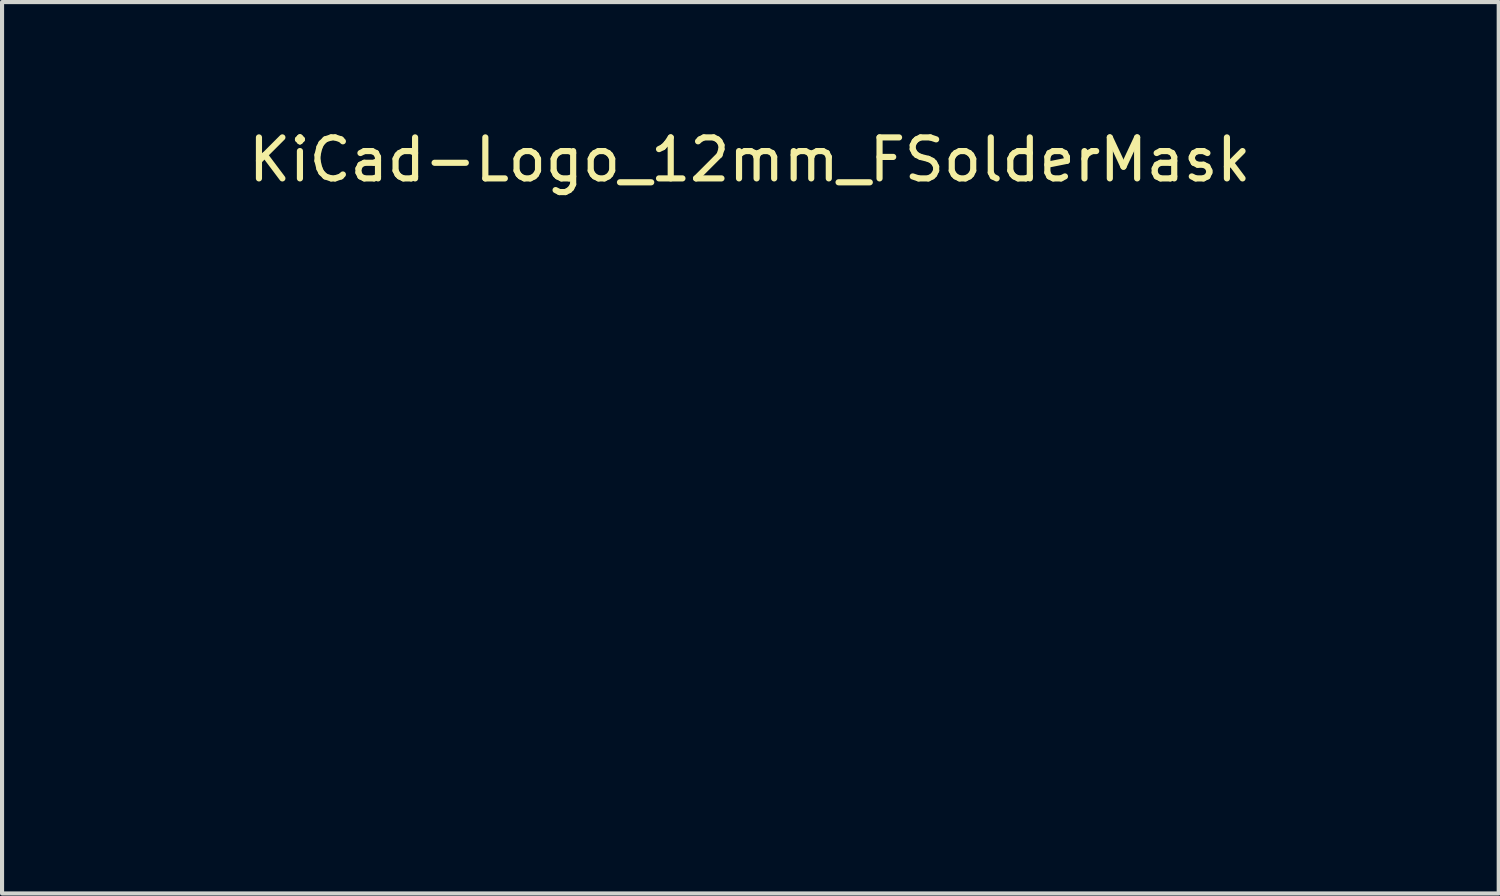
<source format=kicad_pcb>
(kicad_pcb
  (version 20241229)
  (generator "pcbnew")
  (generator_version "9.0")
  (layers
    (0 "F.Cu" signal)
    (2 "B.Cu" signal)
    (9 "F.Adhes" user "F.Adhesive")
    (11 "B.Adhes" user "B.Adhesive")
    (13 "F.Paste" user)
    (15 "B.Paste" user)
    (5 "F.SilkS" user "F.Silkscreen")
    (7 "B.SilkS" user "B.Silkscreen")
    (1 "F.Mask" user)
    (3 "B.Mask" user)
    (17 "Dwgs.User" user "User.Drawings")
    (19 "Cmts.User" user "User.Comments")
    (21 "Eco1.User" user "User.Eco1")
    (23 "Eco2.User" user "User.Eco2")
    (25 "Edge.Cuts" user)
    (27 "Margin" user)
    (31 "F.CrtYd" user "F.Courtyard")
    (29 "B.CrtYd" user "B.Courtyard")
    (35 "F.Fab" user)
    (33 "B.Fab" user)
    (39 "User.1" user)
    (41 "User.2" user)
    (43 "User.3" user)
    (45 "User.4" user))
  (footprint "KiCad-Logo_12mm_FSolderMask"
    (layer "F.Cu")
    (at 15.245 9.738)
    (property "Reference" "KiCad-Logo_12mm_FSolderMask" (at 0 -8.89 0) (layer "F.SilkS") (effects (font (size 1 1) (thickness 0.15))))
    (attr exclude_from_pos_files exclude_from_bom)
    (fp_poly (pts (xy -5.423 -5.895) (xy -5.218 -5.824) (xy -5.027 -5.712) (xy -4.856 -5.559) (xy -4.712 -5.366) (xy -4.648 -5.244) (xy -4.592 -5.073) (xy -4.565 -4.876) (xy -4.568 -4.674) (xy -4.601 -4.49) (xy -4.692 -4.266) (xy -4.824 -4.072) (xy -4.991 -3.911) (xy -5.185 -3.787) (xy -5.399 -3.705) (xy -5.628 -3.667) (xy -5.865 -3.679) (xy -5.981 -3.704) (xy -6.208 -3.792) (xy -6.41 -3.927) (xy -6.582 -4.104) (xy -6.718 -4.319) (xy -6.729 -4.343) (xy -6.769 -4.431) (xy -6.794 -4.505) (xy -6.808 -4.583) (xy -6.813 -4.684) (xy -6.814 -4.793) (xy -6.813 -4.925) (xy -6.806 -5.019) (xy -6.79 -5.096) (xy -6.762 -5.173) (xy -6.728 -5.249) (xy -6.599 -5.464) (xy -6.441 -5.638) (xy -6.259 -5.771) (xy -6.06 -5.863) (xy -5.85 -5.915) (xy -5.636 -5.925) (xy -5.423 -5.895)) (stroke (width 0.01) (type solid)) (fill yes) (layer "F.Mask"))
    (fp_poly (pts (xy 0.875 -3.659) (xy 1.17 -3.627) (xy 1.455 -3.569) (xy 1.743 -3.483) (xy 2.045 -3.365) (xy 2.372 -3.213) (xy 2.431 -3.184) (xy 2.566 -3.117) (xy 2.694 -3.057) (xy 2.801 -3.009) (xy 2.876 -2.98) (xy 2.887 -2.976) (xy 2.997 -2.943) (xy 2.506 -2.23) (xy 2.386 -2.055) (xy 2.277 -1.896) (xy 2.181 -1.757) (xy 2.103 -1.644) (xy 2.047 -1.562) (xy 2.015 -1.517) (xy 2.01 -1.51) (xy 1.99 -1.525) (xy 1.939 -1.57) (xy 1.867 -1.636) (xy 1.827 -1.674) (xy 1.603 -1.852) (xy 1.351 -1.988) (xy 1.133 -2.062) (xy 1.003 -2.086) (xy 0.84 -2.1) (xy 0.663 -2.105) (xy 0.491 -2.1) (xy 0.345 -2.085) (xy 0.286 -2.074) (xy 0.022 -1.983) (xy -0.216 -1.845) (xy -0.427 -1.659) (xy -0.612 -1.425) (xy -0.771 -1.144) (xy -0.902 -0.817) (xy -1.007 -0.443) (xy -1.069 -0.123) (xy -1.085 0.018) (xy -1.096 0.201) (xy -1.102 0.412) (xy -1.103 0.637) (xy -1.1 0.865) (xy -1.091 1.081) (xy -1.078 1.273) (xy -1.06 1.428) (xy -1.056 1.452) (xy -0.972 1.836) (xy -0.857 2.176) (xy -0.71 2.473) (xy -0.531 2.729) (xy -0.404 2.868) (xy -0.176 3.056) (xy 0.073 3.195) (xy 0.341 3.285) (xy 0.623 3.325) (xy 0.913 3.314) (xy 1.209 3.251) (xy 1.384 3.19) (xy 1.626 3.066) (xy 1.876 2.89) (xy 2.016 2.77) (xy 2.094 2.701) (xy 2.156 2.651) (xy 2.191 2.626) (xy 2.195 2.625) (xy 2.211 2.65) (xy 2.252 2.716) (xy 2.314 2.818) (xy 2.394 2.949) (xy 2.488 3.104) (xy 2.594 3.277) (xy 2.653 3.374) (xy 3.103 4.112) (xy 2.541 4.39) (xy 2.338 4.489) (xy 2.174 4.568) (xy 2.038 4.629) (xy 1.921 4.677) (xy 1.812 4.716) (xy 1.701 4.749) (xy 1.579 4.781) (xy 1.461 4.809) (xy 1.357 4.831) (xy 1.248 4.847) (xy 1.123 4.859) (xy 0.972 4.867) (xy 0.783 4.873) (xy 0.655 4.876) (xy 0.474 4.877) (xy 0.3 4.877) (xy 0.144 4.873) (xy 0.02 4.868) (xy -0.063 4.861) (xy -0.068 4.86) (xy -0.497 4.767) (xy -0.9 4.626) (xy -1.276 4.438) (xy -1.626 4.201) (xy -1.95 3.917) (xy -2.247 3.586) (xy -2.462 3.291) (xy -2.691 2.905) (xy -2.876 2.498) (xy -3.018 2.066) (xy -3.118 1.605) (xy -3.176 1.113) (xy -3.195 0.614) (xy -3.18 0.131) (xy -3.132 -0.315) (xy -3.05 -0.731) (xy -2.932 -1.125) (xy -2.777 -1.503) (xy -2.759 -1.543) (xy -2.555 -1.91) (xy -2.305 -2.259) (xy -2.015 -2.583) (xy -1.693 -2.875) (xy -1.346 -3.127) (xy -1.022 -3.312) (xy -0.695 -3.457) (xy -0.368 -3.562) (xy -0.027 -3.63) (xy 0.34 -3.664) (xy 0.56 -3.669) (xy 0.875 -3.659)) (stroke (width 0.01) (type solid)) (fill yes) (layer "F.Mask"))
    (fp_poly (pts (xy 13.611 -4.064) (xy 13.843 -4.063) (xy 13.922 -4.063) (xy 15.008 -4.056) (xy 15.022 0.109) (xy 15.023 0.674) (xy 15.025 1.187) (xy 15.026 1.65) (xy 15.028 2.067) (xy 15.03 2.44) (xy 15.031 2.772) (xy 15.033 3.064) (xy 15.036 3.321) (xy 15.039 3.544) (xy 15.043 3.737) (xy 15.047 3.901) (xy 15.052 4.04) (xy 15.058 4.157) (xy 15.066 4.253) (xy 15.074 4.331) (xy 15.083 4.395) (xy 15.094 4.447) (xy 15.107 4.489) (xy 15.12 4.524) (xy 15.136 4.555) (xy 15.153 4.585) (xy 15.172 4.615) (xy 15.193 4.649) (xy 15.198 4.657) (xy 15.27 4.78) (xy 14.224 4.773) (xy 13.178 4.766) (xy 13.164 4.536) (xy 13.157 4.426) (xy 13.149 4.362) (xy 13.139 4.337) (xy 13.123 4.342) (xy 13.11 4.356) (xy 13.052 4.41) (xy 12.959 4.478) (xy 12.842 4.553) (xy 12.715 4.627) (xy 12.592 4.692) (xy 12.498 4.735) (xy 12.276 4.805) (xy 12.022 4.854) (xy 11.754 4.881) (xy 11.491 4.885) (xy 11.252 4.862) (xy 11.248 4.861) (xy 10.92 4.779) (xy 10.614 4.648) (xy 10.331 4.471) (xy 10.075 4.251) (xy 9.849 3.99) (xy 9.655 3.692) (xy 9.498 3.36) (xy 9.412 3.114) (xy 9.355 2.907) (xy 9.313 2.708) (xy 9.285 2.503) (xy 9.268 2.28) (xy 9.262 2.027) (xy 9.265 1.821) (xy 11.28 1.821) (xy 11.29 2.167) (xy 11.32 2.464) (xy 11.372 2.717) (xy 11.445 2.926) (xy 11.543 3.094) (xy 11.664 3.225) (xy 11.805 3.317) (xy 11.878 3.352) (xy 11.941 3.373) (xy 12.011 3.382) (xy 12.106 3.383) (xy 12.208 3.379) (xy 12.409 3.362) (xy 12.568 3.327) (xy 12.618 3.309) (xy 12.732 3.258) (xy 12.852 3.194) (xy 12.905 3.161) (xy 13.041 3.072) (xy 13.041 0.233) (xy 12.891 0.143) (xy 12.682 0.041) (xy 12.468 -0.019) (xy 12.257 -0.038) (xy 12.057 -0.016) (xy 11.877 0.046) (xy 11.723 0.149) (xy 11.673 0.198) (xy 11.553 0.359) (xy 11.456 0.554) (xy 11.381 0.787) (xy 11.328 1.06) (xy 11.294 1.377) (xy 11.281 1.742) (xy 11.28 1.821) (xy 9.265 1.821) (xy 9.266 1.735) (xy 9.289 1.285) (xy 9.335 0.88) (xy 9.406 0.512) (xy 9.503 0.177) (xy 9.626 -0.132) (xy 9.67 -0.223) (xy 9.848 -0.522) (xy 10.062 -0.787) (xy 10.308 -1.015) (xy 10.581 -1.201) (xy 10.877 -1.341) (xy 11.053 -1.398) (xy 11.227 -1.433) (xy 11.436 -1.453) (xy 11.663 -1.459) (xy 11.89 -1.452) (xy 12.1 -1.431) (xy 12.268 -1.398) (xy 12.469 -1.333) (xy 12.663 -1.249) (xy 12.833 -1.155) (xy 12.924 -1.091) (xy 12.986 -1.044) (xy 13.03 -1.015) (xy 13.04 -1.011) (xy 13.043 -1.037) (xy 13.046 -1.113) (xy 13.048 -1.232) (xy 13.051 -1.391) (xy 13.052 -1.582) (xy 13.054 -1.801) (xy 13.055 -2.043) (xy 13.055 -2.29) (xy 13.055 -2.606) (xy 13.054 -2.872) (xy 13.052 -3.093) (xy 13.049 -3.276) (xy 13.043 -3.424) (xy 13.036 -3.543) (xy 13.025 -3.638) (xy 13.011 -3.713) (xy 12.993 -3.775) (xy 12.97 -3.828) (xy 12.943 -3.878) (xy 12.911 -3.929) (xy 12.907 -3.935) (xy 12.865 -4.001) (xy 12.84 -4.046) (xy 12.837 -4.056) (xy 12.863 -4.059) (xy 12.938 -4.061) (xy 13.056 -4.063) (xy 13.212 -4.064) (xy 13.399 -4.065) (xy 13.611 -4.064)) (stroke (width 0.01) (type solid)) (fill yes) (layer "F.Mask"))
    (fp_poly (pts (xy 6.301 -1.464) (xy 6.436 -1.453) (xy 6.823 -1.402) (xy 7.166 -1.32) (xy 7.467 -1.206) (xy 7.726 -1.059) (xy 7.946 -0.878) (xy 8.128 -0.662) (xy 8.275 -0.41) (xy 8.382 -0.137) (xy 8.409 -0.049) (xy 8.433 0.032) (xy 8.453 0.113) (xy 8.47 0.196) (xy 8.485 0.288) (xy 8.498 0.391) (xy 8.508 0.511) (xy 8.516 0.651) (xy 8.523 0.817) (xy 8.529 1.012) (xy 8.533 1.242) (xy 8.537 1.509) (xy 8.541 1.82) (xy 8.544 2.178) (xy 8.546 2.458) (xy 8.562 4.384) (xy 8.665 4.569) (xy 8.713 4.658) (xy 8.749 4.727) (xy 8.766 4.764) (xy 8.767 4.767) (xy 8.741 4.77) (xy 8.666 4.772) (xy 8.548 4.775) (xy 8.394 4.777) (xy 8.209 4.778) (xy 7.999 4.779) (xy 7.77 4.78) (xy 7.743 4.78) (xy 6.719 4.78) (xy 6.719 4.547) (xy 6.717 4.443) (xy 6.712 4.362) (xy 6.706 4.319) (xy 6.703 4.315) (xy 6.676 4.332) (xy 6.62 4.376) (xy 6.547 4.437) (xy 6.546 4.439) (xy 6.413 4.537) (xy 6.246 4.636) (xy 6.063 4.726) (xy 5.883 4.796) (xy 5.804 4.82) (xy 5.646 4.851) (xy 5.452 4.871) (xy 5.241 4.879) (xy 5.029 4.875) (xy 4.834 4.86) (xy 4.698 4.838) (xy 4.363 4.74) (xy 4.063 4.6) (xy 3.797 4.42) (xy 3.569 4.202) (xy 3.38 3.947) (xy 3.232 3.658) (xy 3.168 3.482) (xy 3.128 3.312) (xy 3.101 3.107) (xy 3.089 2.886) (xy 3.089 2.854) (xy 4.937 2.854) (xy 4.952 3.018) (xy 5.003 3.154) (xy 5.097 3.28) (xy 5.133 3.317) (xy 5.262 3.417) (xy 5.411 3.481) (xy 5.589 3.512) (xy 5.777 3.515) (xy 5.955 3.5) (xy 6.091 3.47) (xy 6.15 3.448) (xy 6.257 3.387) (xy 6.37 3.303) (xy 6.473 3.207) (xy 6.55 3.116) (xy 6.571 3.082) (xy 6.586 3.035) (xy 6.598 2.96) (xy 6.605 2.851) (xy 6.609 2.699) (xy 6.609 2.554) (xy 6.609 2.386) (xy 6.607 2.264) (xy 6.602 2.181) (xy 6.595 2.128) (xy 6.583 2.099) (xy 6.567 2.084) (xy 6.562 2.082) (xy 6.518 2.074) (xy 6.431 2.069) (xy 6.312 2.064) (xy 6.175 2.063) (xy 6.145 2.063) (xy 5.961 2.066) (xy 5.819 2.074) (xy 5.707 2.09) (xy 5.613 2.113) (xy 5.382 2.201) (xy 5.201 2.308) (xy 5.068 2.437) (xy 4.982 2.59) (xy 4.941 2.768) (xy 4.937 2.854) (xy 3.089 2.854) (xy 3.092 2.67) (xy 3.11 2.476) (xy 3.125 2.397) (xy 3.217 2.106) (xy 3.357 1.838) (xy 3.542 1.596) (xy 3.77 1.382) (xy 4.037 1.199) (xy 4.343 1.05) (xy 4.602 0.96) (xy 4.775 0.912) (xy 4.941 0.875) (xy 5.11 0.848) (xy 5.293 0.828) (xy 5.501 0.816) (xy 5.744 0.809) (xy 5.964 0.807) (xy 6.616 0.806) (xy 6.603 0.61) (xy 6.568 0.397) (xy 6.492 0.215) (xy 6.38 0.066) (xy 6.234 -0.043) (xy 6.106 -0.096) (xy 5.922 -0.13) (xy 5.703 -0.135) (xy 5.46 -0.113) (xy 5.202 -0.065) (xy 4.939 0.006) (xy 4.683 0.098) (xy 4.497 0.183) (xy 4.407 0.226) (xy 4.339 0.257) (xy 4.304 0.268) (xy 4.302 0.268) (xy 4.29 0.242) (xy 4.26 0.171) (xy 4.215 0.064) (xy 4.158 -0.074) (xy 4.091 -0.235) (xy 4.023 -0.4) (xy 3.751 -1.059) (xy 3.944 -1.09) (xy 4.028 -1.106) (xy 4.154 -1.133) (xy 4.312 -1.168) (xy 4.49 -1.209) (xy 4.677 -1.254) (xy 4.752 -1.272) (xy 5.076 -1.347) (xy 5.359 -1.404) (xy 5.613 -1.442) (xy 5.847 -1.464) (xy 6.073 -1.471) (xy 6.301 -1.464)) (stroke (width 0.01) (type solid)) (fill yes) (layer "F.Mask"))
    (fp_poly (pts (xy -11.847 -5.025) (xy -11.321 -5.025) (xy -11.076 -5.025) (xy -7.156 -5.025) (xy -7.156 -4.794) (xy -7.131 -4.513) (xy -7.057 -4.254) (xy -6.932 -4.015) (xy -6.756 -3.794) (xy -6.696 -3.735) (xy -6.482 -3.566) (xy -6.246 -3.443) (xy -5.995 -3.365) (xy -5.735 -3.334) (xy -5.475 -3.347) (xy -5.221 -3.406) (xy -4.98 -3.511) (xy -4.76 -3.661) (xy -4.661 -3.751) (xy -4.476 -3.973) (xy -4.34 -4.216) (xy -4.255 -4.479) (xy -4.222 -4.759) (xy -4.221 -4.786) (xy -4.22 -5.025) (xy -4.115 -5.025) (xy -4.021 -5.013) (xy -3.936 -4.982) (xy -3.931 -4.979) (xy -3.912 -4.969) (xy -3.894 -4.961) (xy -3.878 -4.953) (xy -3.863 -4.943) (xy -3.85 -4.928) (xy -3.838 -4.907) (xy -3.827 -4.876) (xy -3.817 -4.834) (xy -3.809 -4.778) (xy -3.802 -4.707) (xy -3.795 -4.617) (xy -3.79 -4.507) (xy -3.785 -4.374) (xy -3.781 -4.216) (xy -3.778 -4.031) (xy -3.776 -3.817) (xy -3.774 -3.571) (xy -3.773 -3.29) (xy -3.772 -2.974) (xy -3.772 -2.619) (xy -3.772 -2.223) (xy -3.772 -1.784) (xy -3.773 -1.3) (xy -3.774 -0.769) (xy -3.775 -0.187) (xy -3.775 0.446) (xy -3.776 0.524) (xy -3.776 1.161) (xy -3.777 1.747) (xy -3.778 2.282) (xy -3.778 2.769) (xy -3.779 3.211) (xy -3.78 3.609) (xy -3.781 3.967) (xy -3.783 4.285) (xy -3.785 4.568) (xy -3.787 4.815) (xy -3.79 5.031) (xy -3.793 5.217) (xy -3.797 5.376) (xy -3.802 5.509) (xy -3.808 5.62) (xy -3.815 5.709) (xy -3.822 5.781) (xy -3.831 5.836) (xy -3.84 5.877) (xy -3.851 5.906) (xy -3.863 5.926) (xy -3.877 5.939) (xy -3.892 5.948) (xy -3.908 5.953) (xy -3.926 5.958) (xy -3.946 5.965) (xy -3.95 5.968) (xy -3.965 5.973) (xy -3.991 5.977) (xy -4.028 5.981) (xy -4.08 5.985) (xy -4.148 5.988) (xy -4.236 5.991) (xy -4.344 5.994) (xy -4.476 5.996) (xy -4.633 5.999) (xy -4.818 6) (xy -5.033 6.002) (xy -5.28 6.003) (xy -5.561 6.005) (xy -5.878 6.006) (xy -6.234 6.006) (xy -6.631 6.007) (xy -7.071 6.007) (xy -7.556 6.008) (xy -8.088 6.008) (xy -8.67 6.008) (xy -9.303 6.008) (xy -9.509 6.008) (xy -10.156 6.008) (xy -10.752 6.008) (xy -11.297 6.007) (xy -11.794 6.007) (xy -12.245 6.007) (xy -12.653 6.006) (xy -13.02 6.005) (xy -13.347 6.004) (xy -13.638 6.003) (xy -13.894 6.002) (xy -14.117 6) (xy -14.31 5.999) (xy -14.476 5.997) (xy -14.615 5.994) (xy -14.731 5.992) (xy -14.826 5.989) (xy -14.901 5.985) (xy -14.96 5.982) (xy -15.003 5.978) (xy -15.035 5.974) (xy -15.056 5.969) (xy -15.067 5.965) (xy -15.088 5.956) (xy -15.107 5.95) (xy -15.124 5.943) (xy -15.139 5.935) (xy -15.154 5.921) (xy -15.166 5.902) (xy -15.178 5.873) (xy -15.188 5.832) (xy -15.197 5.779) (xy -15.205 5.709) (xy -15.212 5.622) (xy -15.218 5.514) (xy -15.223 5.383) (xy -15.227 5.228) (xy -15.231 5.045) (xy -15.234 4.834) (xy -15.234 4.752) (xy -14.505 4.752) (xy -11.929 4.752) (xy -11.979 4.677) (xy -12.028 4.6) (xy -12.07 4.526) (xy -12.104 4.452) (xy -12.133 4.37) (xy -12.156 4.277) (xy -12.173 4.166) (xy -12.186 4.034) (xy -12.195 3.875) (xy -12.2 3.683) (xy -12.203 3.454) (xy -12.204 3.182) (xy -12.202 2.863) (xy -12.202 2.744) (xy -12.195 1.472) (xy -11.389 2.569) (xy -11.161 2.88) (xy -10.963 3.151) (xy -10.794 3.385) (xy -10.65 3.587) (xy -10.531 3.759) (xy -10.434 3.905) (xy -10.357 4.028) (xy -10.297 4.133) (xy -10.253 4.223) (xy -10.223 4.302) (xy -10.203 4.372) (xy -10.193 4.439) (xy -10.19 4.504) (xy -10.192 4.573) (xy -10.192 4.581) (xy -10.201 4.752) (xy -8.789 4.752) (xy -7.378 4.752) (xy -7.588 4.54) (xy -7.645 4.483) (xy -7.699 4.426) (xy -7.752 4.368) (xy -7.807 4.306) (xy -7.867 4.235) (xy -7.933 4.154) (xy -8.008 4.059) (xy -8.094 3.947) (xy -8.194 3.814) (xy -8.31 3.659) (xy -8.445 3.476) (xy -8.6 3.265) (xy -8.779 3.02) (xy -8.983 2.74) (xy -9.215 2.422) (xy -9.405 2.16) (xy -9.643 1.831) (xy -9.852 1.544) (xy -10.031 1.295) (xy -10.184 1.082) (xy -10.312 0.902) (xy -10.417 0.753) (xy -10.501 0.631) (xy -10.566 0.534) (xy -10.614 0.46) (xy -10.646 0.404) (xy -10.665 0.366) (xy -10.673 0.342) (xy -10.67 0.329) (xy -10.644 0.295) (xy -10.587 0.222) (xy -10.502 0.116) (xy -10.393 -0.02) (xy -10.264 -0.181) (xy -10.118 -0.363) (xy -9.958 -0.562) (xy -9.788 -0.773) (xy -9.612 -0.993) (xy -9.432 -1.216) (xy -9.333 -1.338) (xy -6.882 -1.338) (xy -6.678 -0.97) (xy -6.678 4.384) (xy -6.882 4.752) (xy -5.676 4.752) (xy -5.388 4.752) (xy -5.151 4.752) (xy -4.958 4.751) (xy -4.807 4.749) (xy -4.693 4.747) (xy -4.61 4.744) (xy -4.554 4.739) (xy -4.521 4.733) (xy -4.507 4.725) (xy -4.506 4.715) (xy -4.515 4.704) (xy -4.515 4.704) (xy -4.549 4.654) (xy -4.595 4.573) (xy -4.635 4.492) (xy -4.711 4.329) (xy -4.719 1.495) (xy -4.727 -1.338) (xy -6.882 -1.338) (xy -9.333 -1.338) (xy -9.253 -1.438) (xy -9.078 -1.656) (xy -8.909 -1.864) (xy -8.752 -2.059) (xy -8.609 -2.237) (xy -8.483 -2.392) (xy -8.378 -2.521) (xy -8.298 -2.619) (xy -8.251 -2.677) (xy -8.069 -2.891) (xy -7.893 -3.084) (xy -7.731 -3.25) (xy -7.588 -3.383) (xy -7.486 -3.464) (xy -7.366 -3.551) (xy -10.13 -3.551) (xy -10.129 -3.388) (xy -10.137 -3.269) (xy -10.166 -3.159) (xy -10.211 -3.054) (xy -10.24 -2.995) (xy -10.271 -2.936) (xy -10.308 -2.874) (xy -10.352 -2.805) (xy -10.408 -2.724) (xy -10.476 -2.629) (xy -10.562 -2.514) (xy -10.667 -2.377) (xy -10.794 -2.213) (xy -10.946 -2.019) (xy -11.127 -1.79) (xy -11.338 -1.522) (xy -11.362 -1.492) (xy -12.195 -0.439) (xy -12.203 -1.605) (xy -12.204 -1.955) (xy -12.204 -2.251) (xy -12.202 -2.494) (xy -12.197 -2.686) (xy -12.191 -2.826) (xy -12.183 -2.917) (xy -12.18 -2.935) (xy -12.136 -3.117) (xy -12.078 -3.281) (xy -12.011 -3.413) (xy -11.972 -3.469) (xy -11.903 -3.551) (xy -13.204 -3.551) (xy -13.515 -3.55) (xy -13.774 -3.549) (xy -13.987 -3.548) (xy -14.156 -3.545) (xy -14.286 -3.542) (xy -14.38 -3.538) (xy -14.442 -3.533) (xy -14.476 -3.526) (xy -14.486 -3.518) (xy -14.485 -3.516) (xy -14.458 -3.475) (xy -14.412 -3.409) (xy -14.388 -3.375) (xy -14.363 -3.342) (xy -14.341 -3.312) (xy -14.321 -3.283) (xy -14.304 -3.252) (xy -14.288 -3.215) (xy -14.275 -3.17) (xy -14.263 -3.114) (xy -14.253 -3.043) (xy -14.244 -2.956) (xy -14.237 -2.849) (xy -14.231 -2.719) (xy -14.226 -2.563) (xy -14.222 -2.379) (xy -14.219 -2.162) (xy -14.216 -1.912) (xy -14.215 -1.623) (xy -14.213 -1.295) (xy -14.212 -0.922) (xy -14.211 -0.504) (xy -14.21 -0.036) (xy -14.209 0.393) (xy -14.208 0.872) (xy -14.207 1.329) (xy -14.207 1.761) (xy -14.207 2.166) (xy -14.208 2.539) (xy -14.209 2.879) (xy -14.211 3.182) (xy -14.213 3.446) (xy -14.216 3.668) (xy -14.218 3.844) (xy -14.222 3.971) (xy -14.225 4.048) (xy -14.226 4.056) (xy -14.25 4.242) (xy -14.288 4.391) (xy -14.345 4.521) (xy -14.428 4.649) (xy -14.439 4.663) (xy -14.505 4.752) (xy -15.234 4.752) (xy -15.236 4.59) (xy -15.237 4.313) (xy -15.239 3.999) (xy -15.239 3.648) (xy -15.24 3.255) (xy -15.24 2.82) (xy -15.24 2.339) (xy -15.24 1.811) (xy -15.24 1.234) (xy -15.24 0.604) (xy -15.24 0.479) (xy -15.24 -0.157) (xy -15.24 -0.741) (xy -15.24 -1.274) (xy -15.239 -1.76) (xy -15.239 -2.2) (xy -15.238 -2.597) (xy -15.237 -2.952) (xy -15.236 -3.269) (xy -15.235 -3.549) (xy -15.234 -3.794) (xy -15.232 -4.008) (xy -15.23 -4.191) (xy -15.228 -4.346) (xy -15.226 -4.477) (xy -15.223 -4.583) (xy -15.22 -4.669) (xy -15.216 -4.736) (xy -15.213 -4.787) (xy -15.208 -4.823) (xy -15.204 -4.848) (xy -15.199 -4.862) (xy -15.199 -4.862) (xy -15.188 -4.885) (xy -15.18 -4.905) (xy -15.17 -4.923) (xy -15.157 -4.939) (xy -15.138 -4.953) (xy -15.11 -4.966) (xy -15.071 -4.977) (xy -15.017 -4.987) (xy -14.947 -4.995) (xy -14.858 -5.002) (xy -14.746 -5.008) (xy -14.61 -5.013) (xy -14.447 -5.017) (xy -14.254 -5.02) (xy -14.029 -5.022) (xy -13.768 -5.023) (xy -13.47 -5.025) (xy -13.131 -5.025) (xy -12.75 -5.025) (xy -12.323 -5.026) (xy -11.847 -5.025)) (stroke (width 0.01) (type solid)) (fill yes) (layer "F.Mask")))
  (gr_rect
    (start -3 -3)
    (end 33.52 18.751)
    (stroke (width 0.1) (type default))
    (fill no)
    (layer "Edge.Cuts")))
</source>
